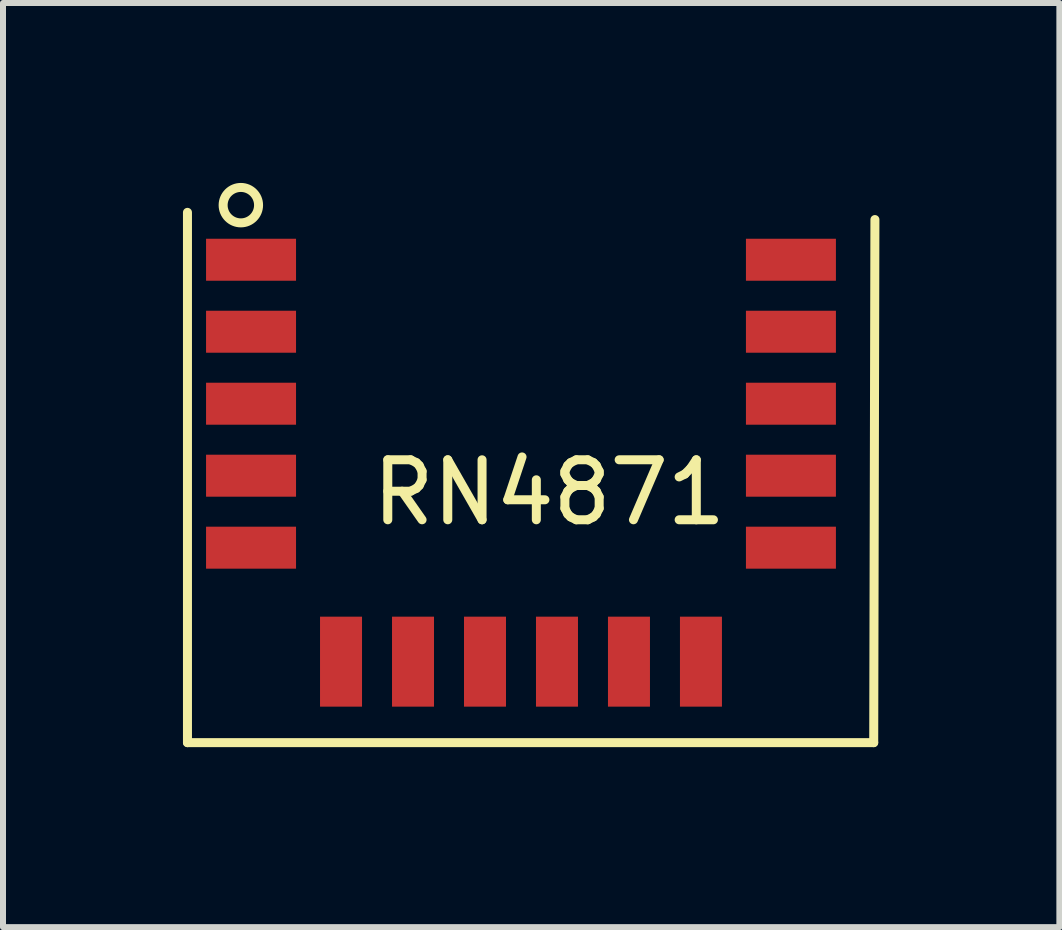
<source format=kicad_pcb>
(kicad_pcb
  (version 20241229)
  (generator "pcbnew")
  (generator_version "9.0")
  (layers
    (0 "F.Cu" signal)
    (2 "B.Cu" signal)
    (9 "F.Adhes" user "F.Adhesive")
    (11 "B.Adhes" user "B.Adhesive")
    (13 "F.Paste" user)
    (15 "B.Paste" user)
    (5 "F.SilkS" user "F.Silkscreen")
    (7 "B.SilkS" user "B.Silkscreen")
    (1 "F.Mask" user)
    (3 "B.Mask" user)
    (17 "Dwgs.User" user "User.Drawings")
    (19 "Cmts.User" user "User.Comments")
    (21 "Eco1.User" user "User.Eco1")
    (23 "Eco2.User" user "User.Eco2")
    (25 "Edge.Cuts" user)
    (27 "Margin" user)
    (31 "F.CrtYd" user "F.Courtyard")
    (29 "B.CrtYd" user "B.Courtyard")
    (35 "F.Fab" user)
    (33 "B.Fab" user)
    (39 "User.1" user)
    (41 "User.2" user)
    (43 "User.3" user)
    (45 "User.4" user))
  (footprint "RN4871"
    (layer "F.Cu")
    (at 1.135 7.98)
    (property "Reference" "RN4871" (at 4.97 -2.82 0) (layer "F.SilkS") (effects (font (size 1 1) (thickness 0.15))))
    (attr through_hole)
    (fp_line (start -1.06 -7.49) (end -1.06 1.35) (stroke (width 0.15) (type solid)) (layer "F.SilkS"))
    (fp_line (start -1.06 1.35) (end 10.38 1.35) (stroke (width 0.15) (type solid)) (layer "F.SilkS"))
    (fp_line (start 10.38 1.35) (end 10.4 -7.37) (stroke (width 0.15) (type solid)) (layer "F.SilkS"))
    (fp_circle (center -0.17 -7.61) (end -0.03 -7.87) (stroke (width 0.15) (type solid)) (fill no) (layer "F.SilkS"))
    (pad "1" smd rect (at 0 -6.7) (size 1.5 0.7) (layers "F.Cu" "F.Mask" "F.Paste"))
    (pad "2" smd rect (at 0 -5.5) (size 1.5 0.7) (layers "F.Cu" "F.Mask" "F.Paste"))
    (pad "3" smd rect (at 0 -4.3) (size 1.5 0.7) (layers "F.Cu" "F.Mask" "F.Paste"))
    (pad "4" smd rect (at 0 -3.1) (size 1.5 0.7) (layers "F.Cu" "F.Mask" "F.Paste"))
    (pad "5" smd rect (at 0 -1.9) (size 1.5 0.7) (layers "F.Cu" "F.Mask" "F.Paste"))
    (pad "6" smd rect (at 1.5 0) (size 0.7 1.5) (layers "F.Cu" "F.Mask" "F.Paste"))
    (pad "7" smd rect (at 2.7 0) (size 0.7 1.5) (layers "F.Cu" "F.Mask" "F.Paste"))
    (pad "8" smd rect (at 3.9 0) (size 0.7 1.5) (layers "F.Cu" "F.Mask" "F.Paste"))
    (pad "9" smd rect (at 5.1 0) (size 0.7 1.5) (layers "F.Cu" "F.Mask" "F.Paste"))
    (pad "10" smd rect (at 6.3 0) (size 0.7 1.5) (layers "F.Cu" "F.Mask" "F.Paste"))
    (pad "11" smd rect (at 7.5 0) (size 0.7 1.5) (layers "F.Cu" "F.Mask" "F.Paste"))
    (pad "12" smd rect (at 9 -1.9) (size 1.5 0.7) (layers "F.Cu" "F.Mask" "F.Paste"))
    (pad "13" smd rect (at 9 -3.1) (size 1.5 0.7) (layers "F.Cu" "F.Mask" "F.Paste"))
    (pad "14" smd rect (at 9 -4.3) (size 1.5 0.7) (layers "F.Cu" "F.Mask" "F.Paste"))
    (pad "15" smd rect (at 9 -5.5) (size 1.5 0.7) (layers "F.Cu" "F.Mask" "F.Paste"))
    (pad "16" smd rect (at 9 -6.7) (size 1.5 0.7) (layers "F.Cu" "F.Mask" "F.Paste")))
  (gr_rect
    (start -3 -3)
    (end 14.61 12.405)
    (stroke (width 0.1) (type default))
    (fill no)
    (layer "Edge.Cuts")))
</source>
